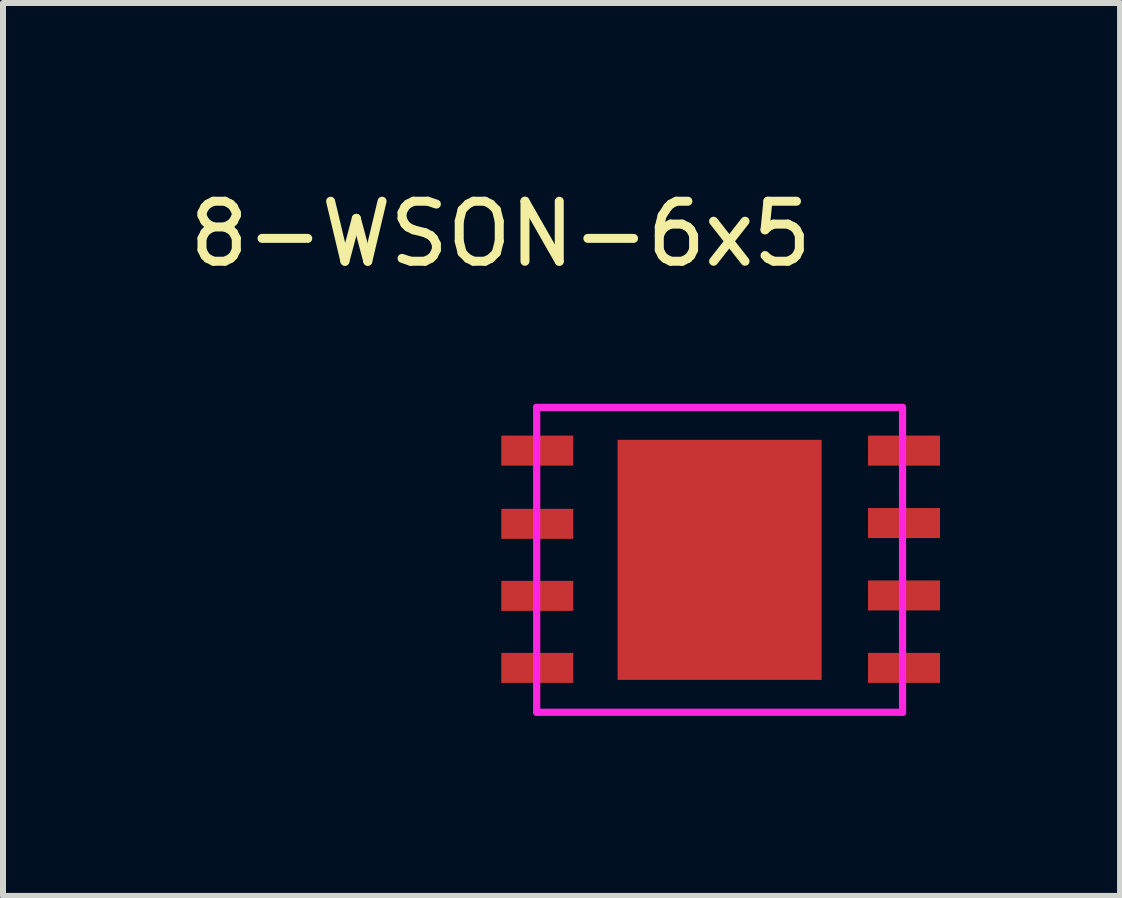
<source format=kicad_pcb>
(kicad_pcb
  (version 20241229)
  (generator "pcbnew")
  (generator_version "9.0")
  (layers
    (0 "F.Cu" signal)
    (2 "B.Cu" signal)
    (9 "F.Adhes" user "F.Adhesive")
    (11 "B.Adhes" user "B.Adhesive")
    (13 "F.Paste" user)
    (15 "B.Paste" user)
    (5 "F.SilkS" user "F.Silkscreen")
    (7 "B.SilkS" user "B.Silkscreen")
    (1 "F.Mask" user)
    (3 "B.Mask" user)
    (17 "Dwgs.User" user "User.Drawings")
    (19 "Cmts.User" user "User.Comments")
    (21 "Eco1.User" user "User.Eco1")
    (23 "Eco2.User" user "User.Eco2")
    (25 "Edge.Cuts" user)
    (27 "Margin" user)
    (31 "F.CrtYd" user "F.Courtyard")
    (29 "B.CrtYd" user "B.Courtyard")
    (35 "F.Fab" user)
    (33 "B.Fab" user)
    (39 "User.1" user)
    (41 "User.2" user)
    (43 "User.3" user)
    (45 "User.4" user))
  (footprint "8-WSON-6x5"
    (layer "F.Cu")
    (at 5.892 3.738)
    (property "Reference" "8-WSON-6x5" (at -0.6 -2.89 0) (layer "F.SilkS") (effects (font (size 1 1) (thickness 0.15))))
    (attr through_hole)
    (fp_line (start 0 0) (end 6.096 0) (stroke (width 0.12) (type solid)) (layer "F.CrtYd"))
    (fp_line (start 0 5.08) (end 0 0) (stroke (width 0.12) (type solid)) (layer "F.CrtYd"))
    (fp_line (start 6.096 0) (end 6.096 5.08) (stroke (width 0.12) (type solid)) (layer "F.CrtYd"))
    (fp_line (start 6.096 5.08) (end 0 5.08) (stroke (width 0.12) (type solid)) (layer "F.CrtYd"))
    (pad "" smd rect (at 3.048 2.54 90) (size 4 3.4) (layers "F.Cu" "F.Mask" "F.Paste"))
    (pad "1" smd rect (at 0.01 0.72) (size 1.2 0.5) (layers "F.Cu" "F.Mask" "F.Paste"))
    (pad "2" smd rect (at 0.01 1.94) (size 1.2 0.5) (layers "F.Cu" "F.Mask" "F.Paste"))
    (pad "3" smd rect (at 0.01 3.14) (size 1.2 0.5) (layers "F.Cu" "F.Mask" "F.Paste"))
    (pad "4" smd rect (at 0.01 4.34) (size 1.2 0.5) (layers "F.Cu" "F.Mask" "F.Paste"))
    (pad "5" smd rect (at 6.12 0.72) (size 1.2 0.5) (layers "F.Cu" "F.Mask" "F.Paste"))
    (pad "6" smd rect (at 6.12 1.927) (size 1.2 0.5) (layers "F.Cu" "F.Mask" "F.Paste"))
    (pad "7" smd rect (at 6.12 3.133) (size 1.2 0.5) (layers "F.Cu" "F.Mask" "F.Paste"))
    (pad "8" smd rect (at 6.12 4.34) (size 1.2 0.5) (layers "F.Cu" "F.Mask" "F.Paste")))
  (gr_rect
    (start -3 -3)
    (end 15.612 11.878)
    (stroke (width 0.1) (type default))
    (fill no)
    (layer "Edge.Cuts")))
</source>
